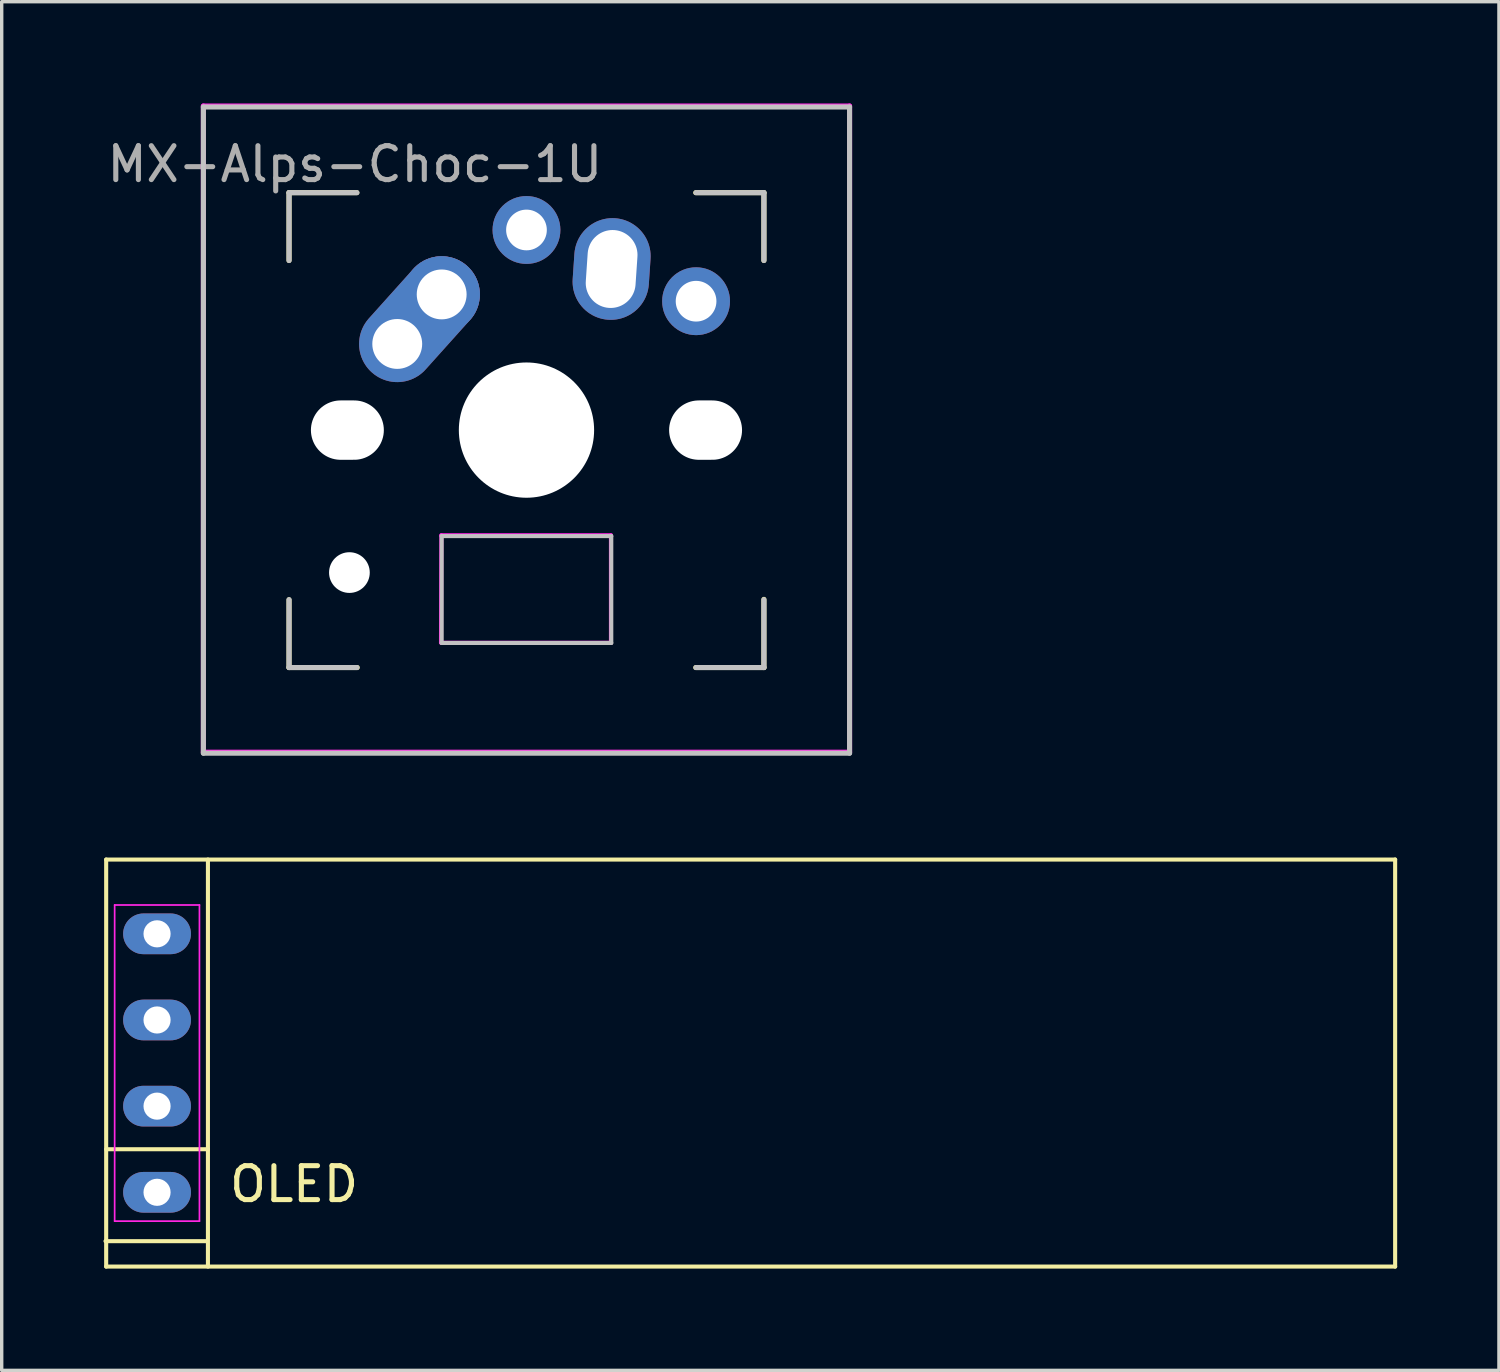
<source format=kicad_pcb>
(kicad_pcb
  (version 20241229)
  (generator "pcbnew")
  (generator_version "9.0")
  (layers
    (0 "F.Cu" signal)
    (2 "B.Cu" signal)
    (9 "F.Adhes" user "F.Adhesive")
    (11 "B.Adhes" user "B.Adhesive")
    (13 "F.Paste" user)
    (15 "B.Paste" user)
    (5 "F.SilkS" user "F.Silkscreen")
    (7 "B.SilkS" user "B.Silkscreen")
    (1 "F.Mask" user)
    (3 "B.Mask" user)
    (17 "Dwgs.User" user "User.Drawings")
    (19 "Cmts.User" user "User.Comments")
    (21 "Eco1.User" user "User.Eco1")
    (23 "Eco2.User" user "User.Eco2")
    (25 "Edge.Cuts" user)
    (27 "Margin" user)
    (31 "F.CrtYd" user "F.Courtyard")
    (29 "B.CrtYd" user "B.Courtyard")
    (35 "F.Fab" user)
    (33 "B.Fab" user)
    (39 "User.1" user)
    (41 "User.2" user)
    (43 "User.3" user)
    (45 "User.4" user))
  (footprint "MX-Alps-Choc-1U"
    (layer "F.Cu")
    (at 12.471 9.63)
    (property "Reference" "MX-Alps-Choc-1U" (at -5.06 -7.84 0) (layer "F.Fab") (effects (font (size 1 1) (thickness 0.15))))
    (attr through_hole)
    (fp_line (start -7 -7) (end -5 -7) (stroke (width 0.15) (type solid)) (layer "F.SilkS"))
    (fp_line (start -7 -5) (end -7 -7) (stroke (width 0.15) (type solid)) (layer "F.SilkS"))
    (fp_line (start -7 7) (end -7 5) (stroke (width 0.15) (type solid)) (layer "F.SilkS"))
    (fp_line (start -4.99 7) (end -7 7) (stroke (width 0.15) (type solid)) (layer "F.SilkS"))
    (fp_line (start 4.99 -7) (end 7 -7) (stroke (width 0.15) (type solid)) (layer "F.SilkS"))
    (fp_line (start 7 -7) (end 7 -5) (stroke (width 0.15) (type solid)) (layer "F.SilkS"))
    (fp_line (start 7 4.99) (end 7 7) (stroke (width 0.15) (type solid)) (layer "F.SilkS"))
    (fp_line (start 7 7) (end 4.99 7) (stroke (width 0.15) (type solid)) (layer "F.SilkS"))
    (fp_line (start -9.525 -9.525) (end 9.525 -9.525) (stroke (width 0.15) (type solid)) (layer "Dwgs.User"))
    (fp_line (start -9.525 9.525) (end -9.525 -9.525) (stroke (width 0.15) (type solid)) (layer "Dwgs.User"))
    (fp_line (start -7 -7) (end -7 -5) (stroke (width 0.15) (type solid)) (layer "Dwgs.User"))
    (fp_line (start -7 5) (end -7 7) (stroke (width 0.15) (type solid)) (layer "Dwgs.User"))
    (fp_line (start -7 7) (end -5 7) (stroke (width 0.15) (type solid)) (layer "Dwgs.User"))
    (fp_line (start -5 -7) (end -7 -7) (stroke (width 0.15) (type solid)) (layer "Dwgs.User"))
    (fp_line (start -2.5 3.125) (end -2.5 6.275) (stroke (width 0.12) (type solid)) (layer "Dwgs.User"))
    (fp_line (start -2.5 6.275) (end 2.5 6.275) (stroke (width 0.12) (type solid)) (layer "Dwgs.User"))
    (fp_line (start 2.5 3.125) (end -2.5 3.125) (stroke (width 0.12) (type solid)) (layer "Dwgs.User"))
    (fp_line (start 2.5 6.275) (end 2.5 3.125) (stroke (width 0.12) (type solid)) (layer "Dwgs.User"))
    (fp_line (start 5 -7) (end 7 -7) (stroke (width 0.15) (type solid)) (layer "Dwgs.User"))
    (fp_line (start 5 7) (end 7 7) (stroke (width 0.15) (type solid)) (layer "Dwgs.User"))
    (fp_line (start 7 -7) (end 7 -5) (stroke (width 0.15) (type solid)) (layer "Dwgs.User"))
    (fp_line (start 7 7) (end 7 5) (stroke (width 0.15) (type solid)) (layer "Dwgs.User"))
    (fp_line (start 9.525 -9.525) (end 9.525 9.525) (stroke (width 0.15) (type solid)) (layer "Dwgs.User"))
    (fp_line (start 9.525 9.525) (end -9.525 9.525) (stroke (width 0.15) (type solid)) (layer "Dwgs.User"))
    (fp_line (start -9.525 -9.555) (end 9.525 -9.555) (stroke (width 0.15) (type solid)) (layer "F.CrtYd"))
    (fp_line (start -9.525 9.495) (end -9.525 -9.555) (stroke (width 0.15) (type solid)) (layer "F.CrtYd"))
    (fp_line (start -2.51 3.1) (end -2.52 6.27) (stroke (width 0.12) (type solid)) (layer "F.CrtYd"))
    (fp_line (start -2.51 6.27) (end 2.49 6.27) (stroke (width 0.12) (type solid)) (layer "F.CrtYd"))
    (fp_line (start 2.49 3.1) (end -2.51 3.1) (stroke (width 0.12) (type solid)) (layer "F.CrtYd"))
    (fp_line (start 2.49 6.27) (end 2.49 3.1) (stroke (width 0.12) (type solid)) (layer "F.CrtYd"))
    (fp_line (start 9.525 -9.555) (end 9.525 9.495) (stroke (width 0.15) (type solid)) (layer "F.CrtYd"))
    (fp_line (start 9.525 9.495) (end -9.525 9.495) (stroke (width 0.15) (type solid)) (layer "F.CrtYd"))
    (pad "" np_thru_hole oval (at -5.28 0 90) (size 1.75 2.15) (drill oval 1.75 2.15) (layers "*.Cu" "*.Mask"))
    (pad "" np_thru_hole circle (at -5.22 4.2 48.1) (size 1.2 1.2) (drill 1.2) (layers "*.Cu" "*.Mask"))
    (pad "" np_thru_hole circle (at 0 0) (size 3.988 3.988) (drill 3.988) (layers "*.Cu" "*.Mask"))
    (pad "" np_thru_hole oval (at 5.28 0 90) (size 1.75 2.15) (drill oval 1.75 2.15) (layers "*.Cu" "*.Mask"))
    (pad "1" thru_hole oval (at 2.51 -4.75 86.1) (size 3 2.25) (drill oval 2.3 1.47) (layers "*.Cu" "*.Mask"))
    (pad "1" thru_hole circle (at 5 -3.8) (size 2 2) (drill 1.2) (layers "*.Cu" "*.Mask"))
    (pad "2" thru_hole oval (at -3.81 -2.54 48.1) (size 4.212 2.25) (drill 1.47 (offset 0.981 0)) (layers "*.Cu" "*.Mask"))
    (pad "2" thru_hole circle (at -2.5 -4) (size 2.25 2.25) (drill 1.47) (layers "*.Cu" "*.Mask"))
    (pad "2" thru_hole circle (at 0 -5.9) (size 2 2) (drill 1.2) (layers "*.Cu" "*.Mask")))
  (footprint "OLED"
    (layer "F.Cu")
    (at 1.58 28.29)
    (property "Reference" "OLED" (at 4.04 3.57 0) (layer "F.SilkS") (effects (font (size 1 1) (thickness 0.15))))
    (attr through_hole)
    (fp_line (start -1.52 5.25) (end 1.48 5.25) (stroke (width 0.12) (type solid)) (layer "F.SilkS"))
    (fp_line (start -1.5 -6) (end 36.5 -6) (stroke (width 0.12) (type solid)) (layer "F.SilkS"))
    (fp_line (start -1.5 2.54) (end 1.5 2.54) (stroke (width 0.12) (type solid)) (layer "F.SilkS"))
    (fp_line (start -1.5 6) (end -1.5 -6) (stroke (width 0.12) (type solid)) (layer "F.SilkS"))
    (fp_line (start 1.5 -6) (end 1.5 6) (stroke (width 0.12) (type solid)) (layer "F.SilkS"))
    (fp_line (start 36.5 -6) (end 36.5 6) (stroke (width 0.12) (type solid)) (layer "F.SilkS"))
    (fp_line (start 36.5 6) (end -1.5 6) (stroke (width 0.12) (type solid)) (layer "F.SilkS"))
    (fp_line (start -1.25 -4.66) (end 1.25 -4.66) (stroke (width 0.05) (type solid)) (layer "F.CrtYd"))
    (fp_line (start -1.25 4.66) (end -1.25 -4.66) (stroke (width 0.05) (type solid)) (layer "F.CrtYd"))
    (fp_line (start 1.25 -4.66) (end 1.25 4.66) (stroke (width 0.05) (type solid)) (layer "F.CrtYd"))
    (fp_line (start 1.25 4.66) (end -1.25 4.66) (stroke (width 0.05) (type solid)) (layer "F.CrtYd"))
    (pad "1" thru_hole oval (at 0 3.81 90) (size 1.2 2) (drill 0.8) (layers "*.Cu" "*.Mask"))
    (pad "2" thru_hole oval (at 0 1.27 90) (size 1.2 2) (drill 0.8) (layers "*.Cu" "*.Mask"))
    (pad "3" thru_hole oval (at 0 -1.27 90) (size 1.2 2) (drill 0.8) (layers "*.Cu" "*.Mask"))
    (pad "4" thru_hole oval (at 0 -3.81 90) (size 1.2 2) (drill 0.8) (layers "*.Cu" "*.Mask")))
  (gr_rect
    (start -3 -3)
    (end 41.14 37.35)
    (stroke (width 0.1) (type default))
    (fill no)
    (layer "Edge.Cuts")))
</source>
